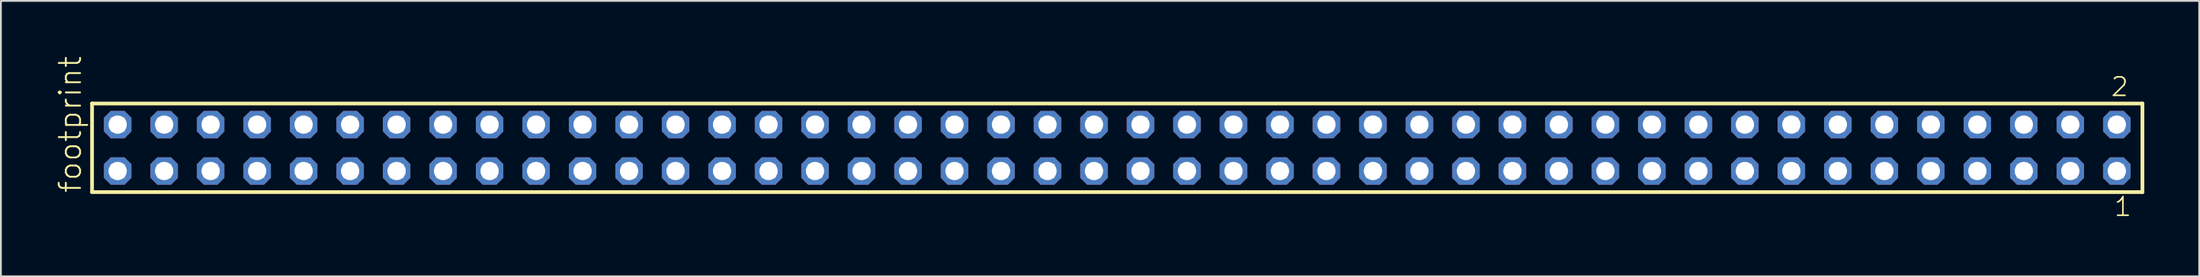
<source format=kicad_pcb>
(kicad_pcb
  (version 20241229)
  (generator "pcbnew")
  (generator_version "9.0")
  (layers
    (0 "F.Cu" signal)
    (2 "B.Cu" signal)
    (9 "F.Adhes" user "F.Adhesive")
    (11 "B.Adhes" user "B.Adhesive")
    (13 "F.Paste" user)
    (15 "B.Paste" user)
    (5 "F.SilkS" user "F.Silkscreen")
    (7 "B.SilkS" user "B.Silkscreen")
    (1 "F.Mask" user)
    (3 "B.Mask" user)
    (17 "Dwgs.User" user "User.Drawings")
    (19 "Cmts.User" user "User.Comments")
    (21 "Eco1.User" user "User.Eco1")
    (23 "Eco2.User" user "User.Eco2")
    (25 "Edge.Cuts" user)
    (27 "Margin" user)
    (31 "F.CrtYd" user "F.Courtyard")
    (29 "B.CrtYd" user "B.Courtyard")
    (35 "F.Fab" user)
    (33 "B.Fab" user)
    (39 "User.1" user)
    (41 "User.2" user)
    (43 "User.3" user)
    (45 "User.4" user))
  (footprint "footprint"
    (layer "F.Cu")
    (at 57.988 5.042)
    (property "Reference" "footprint" (at -56.515 2.54 90) (layer "F.SilkS") (effects (font (size 1.168 1.168) (thickness 0.102)) (justify left bottom)))
    (fp_line (start -56.009 -2.425) (end 56.009 -2.425) (stroke (width 0.203) (type solid)) (layer "F.SilkS"))
    (fp_line (start -56.009 2.425) (end -56.009 -2.425) (stroke (width 0.203) (type solid)) (layer "F.SilkS"))
    (fp_line (start 56.009 -2.425) (end 56.009 2.425) (stroke (width 0.203) (type solid)) (layer "F.SilkS"))
    (fp_line (start 56.009 2.425) (end -56.009 2.425) (stroke (width 0.203) (type solid)) (layer "F.SilkS"))
    (fp_poly (pts (xy -54.96 -0.92) (xy -54.26 -0.92) (xy -54.26 -1.62) (xy -54.96 -1.62)) (stroke (width 0.1) (type solid)) (fill no) (layer "F.Fab"))
    (fp_poly (pts (xy -54.96 1.62) (xy -54.26 1.62) (xy -54.26 0.92) (xy -54.96 0.92)) (stroke (width 0.1) (type solid)) (fill no) (layer "F.Fab"))
    (fp_poly (pts (xy -52.42 -0.92) (xy -51.72 -0.92) (xy -51.72 -1.62) (xy -52.42 -1.62)) (stroke (width 0.1) (type solid)) (fill no) (layer "F.Fab"))
    (fp_poly (pts (xy -52.42 1.62) (xy -51.72 1.62) (xy -51.72 0.92) (xy -52.42 0.92)) (stroke (width 0.1) (type solid)) (fill no) (layer "F.Fab"))
    (fp_poly (pts (xy -49.88 -0.92) (xy -49.18 -0.92) (xy -49.18 -1.62) (xy -49.88 -1.62)) (stroke (width 0.1) (type solid)) (fill no) (layer "F.Fab"))
    (fp_poly (pts (xy -49.88 1.62) (xy -49.18 1.62) (xy -49.18 0.92) (xy -49.88 0.92)) (stroke (width 0.1) (type solid)) (fill no) (layer "F.Fab"))
    (fp_poly (pts (xy -47.34 -0.92) (xy -46.64 -0.92) (xy -46.64 -1.62) (xy -47.34 -1.62)) (stroke (width 0.1) (type solid)) (fill no) (layer "F.Fab"))
    (fp_poly (pts (xy -47.34 1.62) (xy -46.64 1.62) (xy -46.64 0.92) (xy -47.34 0.92)) (stroke (width 0.1) (type solid)) (fill no) (layer "F.Fab"))
    (fp_poly (pts (xy -44.8 -0.92) (xy -44.1 -0.92) (xy -44.1 -1.62) (xy -44.8 -1.62)) (stroke (width 0.1) (type solid)) (fill no) (layer "F.Fab"))
    (fp_poly (pts (xy -44.8 1.62) (xy -44.1 1.62) (xy -44.1 0.92) (xy -44.8 0.92)) (stroke (width 0.1) (type solid)) (fill no) (layer "F.Fab"))
    (fp_poly (pts (xy -42.26 -0.92) (xy -41.56 -0.92) (xy -41.56 -1.62) (xy -42.26 -1.62)) (stroke (width 0.1) (type solid)) (fill no) (layer "F.Fab"))
    (fp_poly (pts (xy -42.26 1.62) (xy -41.56 1.62) (xy -41.56 0.92) (xy -42.26 0.92)) (stroke (width 0.1) (type solid)) (fill no) (layer "F.Fab"))
    (fp_poly (pts (xy -39.72 -0.92) (xy -39.02 -0.92) (xy -39.02 -1.62) (xy -39.72 -1.62)) (stroke (width 0.1) (type solid)) (fill no) (layer "F.Fab"))
    (fp_poly (pts (xy -39.72 1.62) (xy -39.02 1.62) (xy -39.02 0.92) (xy -39.72 0.92)) (stroke (width 0.1) (type solid)) (fill no) (layer "F.Fab"))
    (fp_poly (pts (xy -37.18 -0.92) (xy -36.48 -0.92) (xy -36.48 -1.62) (xy -37.18 -1.62)) (stroke (width 0.1) (type solid)) (fill no) (layer "F.Fab"))
    (fp_poly (pts (xy -37.18 1.62) (xy -36.48 1.62) (xy -36.48 0.92) (xy -37.18 0.92)) (stroke (width 0.1) (type solid)) (fill no) (layer "F.Fab"))
    (fp_poly (pts (xy -34.64 -0.92) (xy -33.94 -0.92) (xy -33.94 -1.62) (xy -34.64 -1.62)) (stroke (width 0.1) (type solid)) (fill no) (layer "F.Fab"))
    (fp_poly (pts (xy -34.64 1.62) (xy -33.94 1.62) (xy -33.94 0.92) (xy -34.64 0.92)) (stroke (width 0.1) (type solid)) (fill no) (layer "F.Fab"))
    (fp_poly (pts (xy -32.1 -0.92) (xy -31.4 -0.92) (xy -31.4 -1.62) (xy -32.1 -1.62)) (stroke (width 0.1) (type solid)) (fill no) (layer "F.Fab"))
    (fp_poly (pts (xy -32.1 1.62) (xy -31.4 1.62) (xy -31.4 0.92) (xy -32.1 0.92)) (stroke (width 0.1) (type solid)) (fill no) (layer "F.Fab"))
    (fp_poly (pts (xy -29.56 -0.92) (xy -28.86 -0.92) (xy -28.86 -1.62) (xy -29.56 -1.62)) (stroke (width 0.1) (type solid)) (fill no) (layer "F.Fab"))
    (fp_poly (pts (xy -29.56 1.62) (xy -28.86 1.62) (xy -28.86 0.92) (xy -29.56 0.92)) (stroke (width 0.1) (type solid)) (fill no) (layer "F.Fab"))
    (fp_poly (pts (xy -27.02 -0.92) (xy -26.32 -0.92) (xy -26.32 -1.62) (xy -27.02 -1.62)) (stroke (width 0.1) (type solid)) (fill no) (layer "F.Fab"))
    (fp_poly (pts (xy -27.02 1.62) (xy -26.32 1.62) (xy -26.32 0.92) (xy -27.02 0.92)) (stroke (width 0.1) (type solid)) (fill no) (layer "F.Fab"))
    (fp_poly (pts (xy -24.48 -0.92) (xy -23.78 -0.92) (xy -23.78 -1.62) (xy -24.48 -1.62)) (stroke (width 0.1) (type solid)) (fill no) (layer "F.Fab"))
    (fp_poly (pts (xy -24.48 1.62) (xy -23.78 1.62) (xy -23.78 0.92) (xy -24.48 0.92)) (stroke (width 0.1) (type solid)) (fill no) (layer "F.Fab"))
    (fp_poly (pts (xy -21.94 -0.92) (xy -21.24 -0.92) (xy -21.24 -1.62) (xy -21.94 -1.62)) (stroke (width 0.1) (type solid)) (fill no) (layer "F.Fab"))
    (fp_poly (pts (xy -21.94 1.62) (xy -21.24 1.62) (xy -21.24 0.92) (xy -21.94 0.92)) (stroke (width 0.1) (type solid)) (fill no) (layer "F.Fab"))
    (fp_poly (pts (xy -19.4 -0.92) (xy -18.7 -0.92) (xy -18.7 -1.62) (xy -19.4 -1.62)) (stroke (width 0.1) (type solid)) (fill no) (layer "F.Fab"))
    (fp_poly (pts (xy -19.4 1.62) (xy -18.7 1.62) (xy -18.7 0.92) (xy -19.4 0.92)) (stroke (width 0.1) (type solid)) (fill no) (layer "F.Fab"))
    (fp_poly (pts (xy -16.86 -0.92) (xy -16.16 -0.92) (xy -16.16 -1.62) (xy -16.86 -1.62)) (stroke (width 0.1) (type solid)) (fill no) (layer "F.Fab"))
    (fp_poly (pts (xy -16.86 1.62) (xy -16.16 1.62) (xy -16.16 0.92) (xy -16.86 0.92)) (stroke (width 0.1) (type solid)) (fill no) (layer "F.Fab"))
    (fp_poly (pts (xy -14.32 -0.92) (xy -13.62 -0.92) (xy -13.62 -1.62) (xy -14.32 -1.62)) (stroke (width 0.1) (type solid)) (fill no) (layer "F.Fab"))
    (fp_poly (pts (xy -14.32 1.62) (xy -13.62 1.62) (xy -13.62 0.92) (xy -14.32 0.92)) (stroke (width 0.1) (type solid)) (fill no) (layer "F.Fab"))
    (fp_poly (pts (xy -11.78 -0.92) (xy -11.08 -0.92) (xy -11.08 -1.62) (xy -11.78 -1.62)) (stroke (width 0.1) (type solid)) (fill no) (layer "F.Fab"))
    (fp_poly (pts (xy -11.78 1.62) (xy -11.08 1.62) (xy -11.08 0.92) (xy -11.78 0.92)) (stroke (width 0.1) (type solid)) (fill no) (layer "F.Fab"))
    (fp_poly (pts (xy -9.24 -0.92) (xy -8.54 -0.92) (xy -8.54 -1.62) (xy -9.24 -1.62)) (stroke (width 0.1) (type solid)) (fill no) (layer "F.Fab"))
    (fp_poly (pts (xy -9.24 1.62) (xy -8.54 1.62) (xy -8.54 0.92) (xy -9.24 0.92)) (stroke (width 0.1) (type solid)) (fill no) (layer "F.Fab"))
    (fp_poly (pts (xy -6.7 -0.92) (xy -6 -0.92) (xy -6 -1.62) (xy -6.7 -1.62)) (stroke (width 0.1) (type solid)) (fill no) (layer "F.Fab"))
    (fp_poly (pts (xy -6.7 1.62) (xy -6 1.62) (xy -6 0.92) (xy -6.7 0.92)) (stroke (width 0.1) (type solid)) (fill no) (layer "F.Fab"))
    (fp_poly (pts (xy -4.16 -0.92) (xy -3.46 -0.92) (xy -3.46 -1.62) (xy -4.16 -1.62)) (stroke (width 0.1) (type solid)) (fill no) (layer "F.Fab"))
    (fp_poly (pts (xy -4.16 1.62) (xy -3.46 1.62) (xy -3.46 0.92) (xy -4.16 0.92)) (stroke (width 0.1) (type solid)) (fill no) (layer "F.Fab"))
    (fp_poly (pts (xy -1.62 -0.92) (xy -0.92 -0.92) (xy -0.92 -1.62) (xy -1.62 -1.62)) (stroke (width 0.1) (type solid)) (fill no) (layer "F.Fab"))
    (fp_poly (pts (xy -1.62 1.62) (xy -0.92 1.62) (xy -0.92 0.92) (xy -1.62 0.92)) (stroke (width 0.1) (type solid)) (fill no) (layer "F.Fab"))
    (fp_poly (pts (xy 0.92 -0.92) (xy 1.62 -0.92) (xy 1.62 -1.62) (xy 0.92 -1.62)) (stroke (width 0.1) (type solid)) (fill no) (layer "F.Fab"))
    (fp_poly (pts (xy 0.92 1.62) (xy 1.62 1.62) (xy 1.62 0.92) (xy 0.92 0.92)) (stroke (width 0.1) (type solid)) (fill no) (layer "F.Fab"))
    (fp_poly (pts (xy 3.46 -0.92) (xy 4.16 -0.92) (xy 4.16 -1.62) (xy 3.46 -1.62)) (stroke (width 0.1) (type solid)) (fill no) (layer "F.Fab"))
    (fp_poly (pts (xy 3.46 1.62) (xy 4.16 1.62) (xy 4.16 0.92) (xy 3.46 0.92)) (stroke (width 0.1) (type solid)) (fill no) (layer "F.Fab"))
    (fp_poly (pts (xy 6 -0.92) (xy 6.7 -0.92) (xy 6.7 -1.62) (xy 6 -1.62)) (stroke (width 0.1) (type solid)) (fill no) (layer "F.Fab"))
    (fp_poly (pts (xy 6 1.62) (xy 6.7 1.62) (xy 6.7 0.92) (xy 6 0.92)) (stroke (width 0.1) (type solid)) (fill no) (layer "F.Fab"))
    (fp_poly (pts (xy 8.54 -0.92) (xy 9.24 -0.92) (xy 9.24 -1.62) (xy 8.54 -1.62)) (stroke (width 0.1) (type solid)) (fill no) (layer "F.Fab"))
    (fp_poly (pts (xy 8.54 1.62) (xy 9.24 1.62) (xy 9.24 0.92) (xy 8.54 0.92)) (stroke (width 0.1) (type solid)) (fill no) (layer "F.Fab"))
    (fp_poly (pts (xy 11.08 -0.92) (xy 11.78 -0.92) (xy 11.78 -1.62) (xy 11.08 -1.62)) (stroke (width 0.1) (type solid)) (fill no) (layer "F.Fab"))
    (fp_poly (pts (xy 11.08 1.62) (xy 11.78 1.62) (xy 11.78 0.92) (xy 11.08 0.92)) (stroke (width 0.1) (type solid)) (fill no) (layer "F.Fab"))
    (fp_poly (pts (xy 13.62 -0.92) (xy 14.32 -0.92) (xy 14.32 -1.62) (xy 13.62 -1.62)) (stroke (width 0.1) (type solid)) (fill no) (layer "F.Fab"))
    (fp_poly (pts (xy 13.62 1.62) (xy 14.32 1.62) (xy 14.32 0.92) (xy 13.62 0.92)) (stroke (width 0.1) (type solid)) (fill no) (layer "F.Fab"))
    (fp_poly (pts (xy 16.16 -0.92) (xy 16.86 -0.92) (xy 16.86 -1.62) (xy 16.16 -1.62)) (stroke (width 0.1) (type solid)) (fill no) (layer "F.Fab"))
    (fp_poly (pts (xy 16.16 1.62) (xy 16.86 1.62) (xy 16.86 0.92) (xy 16.16 0.92)) (stroke (width 0.1) (type solid)) (fill no) (layer "F.Fab"))
    (fp_poly (pts (xy 18.7 -0.92) (xy 19.4 -0.92) (xy 19.4 -1.62) (xy 18.7 -1.62)) (stroke (width 0.1) (type solid)) (fill no) (layer "F.Fab"))
    (fp_poly (pts (xy 18.7 1.62) (xy 19.4 1.62) (xy 19.4 0.92) (xy 18.7 0.92)) (stroke (width 0.1) (type solid)) (fill no) (layer "F.Fab"))
    (fp_poly (pts (xy 21.24 -0.92) (xy 21.94 -0.92) (xy 21.94 -1.62) (xy 21.24 -1.62)) (stroke (width 0.1) (type solid)) (fill no) (layer "F.Fab"))
    (fp_poly (pts (xy 21.24 1.62) (xy 21.94 1.62) (xy 21.94 0.92) (xy 21.24 0.92)) (stroke (width 0.1) (type solid)) (fill no) (layer "F.Fab"))
    (fp_poly (pts (xy 23.78 -0.92) (xy 24.48 -0.92) (xy 24.48 -1.62) (xy 23.78 -1.62)) (stroke (width 0.1) (type solid)) (fill no) (layer "F.Fab"))
    (fp_poly (pts (xy 23.78 1.62) (xy 24.48 1.62) (xy 24.48 0.92) (xy 23.78 0.92)) (stroke (width 0.1) (type solid)) (fill no) (layer "F.Fab"))
    (fp_poly (pts (xy 26.32 -0.92) (xy 27.02 -0.92) (xy 27.02 -1.62) (xy 26.32 -1.62)) (stroke (width 0.1) (type solid)) (fill no) (layer "F.Fab"))
    (fp_poly (pts (xy 26.32 1.62) (xy 27.02 1.62) (xy 27.02 0.92) (xy 26.32 0.92)) (stroke (width 0.1) (type solid)) (fill no) (layer "F.Fab"))
    (fp_poly (pts (xy 28.86 -0.92) (xy 29.56 -0.92) (xy 29.56 -1.62) (xy 28.86 -1.62)) (stroke (width 0.1) (type solid)) (fill no) (layer "F.Fab"))
    (fp_poly (pts (xy 28.86 1.62) (xy 29.56 1.62) (xy 29.56 0.92) (xy 28.86 0.92)) (stroke (width 0.1) (type solid)) (fill no) (layer "F.Fab"))
    (fp_poly (pts (xy 31.4 -0.92) (xy 32.1 -0.92) (xy 32.1 -1.62) (xy 31.4 -1.62)) (stroke (width 0.1) (type solid)) (fill no) (layer "F.Fab"))
    (fp_poly (pts (xy 31.4 1.62) (xy 32.1 1.62) (xy 32.1 0.92) (xy 31.4 0.92)) (stroke (width 0.1) (type solid)) (fill no) (layer "F.Fab"))
    (fp_poly (pts (xy 33.94 -0.92) (xy 34.64 -0.92) (xy 34.64 -1.62) (xy 33.94 -1.62)) (stroke (width 0.1) (type solid)) (fill no) (layer "F.Fab"))
    (fp_poly (pts (xy 33.94 1.62) (xy 34.64 1.62) (xy 34.64 0.92) (xy 33.94 0.92)) (stroke (width 0.1) (type solid)) (fill no) (layer "F.Fab"))
    (fp_poly (pts (xy 36.48 -0.92) (xy 37.18 -0.92) (xy 37.18 -1.62) (xy 36.48 -1.62)) (stroke (width 0.1) (type solid)) (fill no) (layer "F.Fab"))
    (fp_poly (pts (xy 36.48 1.62) (xy 37.18 1.62) (xy 37.18 0.92) (xy 36.48 0.92)) (stroke (width 0.1) (type solid)) (fill no) (layer "F.Fab"))
    (fp_poly (pts (xy 39.02 -0.92) (xy 39.72 -0.92) (xy 39.72 -1.62) (xy 39.02 -1.62)) (stroke (width 0.1) (type solid)) (fill no) (layer "F.Fab"))
    (fp_poly (pts (xy 39.02 1.62) (xy 39.72 1.62) (xy 39.72 0.92) (xy 39.02 0.92)) (stroke (width 0.1) (type solid)) (fill no) (layer "F.Fab"))
    (fp_poly (pts (xy 41.56 -0.92) (xy 42.26 -0.92) (xy 42.26 -1.62) (xy 41.56 -1.62)) (stroke (width 0.1) (type solid)) (fill no) (layer "F.Fab"))
    (fp_poly (pts (xy 41.56 1.62) (xy 42.26 1.62) (xy 42.26 0.92) (xy 41.56 0.92)) (stroke (width 0.1) (type solid)) (fill no) (layer "F.Fab"))
    (fp_poly (pts (xy 44.1 -0.92) (xy 44.8 -0.92) (xy 44.8 -1.62) (xy 44.1 -1.62)) (stroke (width 0.1) (type solid)) (fill no) (layer "F.Fab"))
    (fp_poly (pts (xy 44.1 1.62) (xy 44.8 1.62) (xy 44.8 0.92) (xy 44.1 0.92)) (stroke (width 0.1) (type solid)) (fill no) (layer "F.Fab"))
    (fp_poly (pts (xy 46.64 -0.92) (xy 47.34 -0.92) (xy 47.34 -1.62) (xy 46.64 -1.62)) (stroke (width 0.1) (type solid)) (fill no) (layer "F.Fab"))
    (fp_poly (pts (xy 46.64 1.62) (xy 47.34 1.62) (xy 47.34 0.92) (xy 46.64 0.92)) (stroke (width 0.1) (type solid)) (fill no) (layer "F.Fab"))
    (fp_poly (pts (xy 49.18 -0.92) (xy 49.88 -0.92) (xy 49.88 -1.62) (xy 49.18 -1.62)) (stroke (width 0.1) (type solid)) (fill no) (layer "F.Fab"))
    (fp_poly (pts (xy 49.18 1.62) (xy 49.88 1.62) (xy 49.88 0.92) (xy 49.18 0.92)) (stroke (width 0.1) (type solid)) (fill no) (layer "F.Fab"))
    (fp_poly (pts (xy 51.72 -0.92) (xy 52.42 -0.92) (xy 52.42 -1.62) (xy 51.72 -1.62)) (stroke (width 0.1) (type solid)) (fill no) (layer "F.Fab"))
    (fp_poly (pts (xy 51.72 1.62) (xy 52.42 1.62) (xy 52.42 0.92) (xy 51.72 0.92)) (stroke (width 0.1) (type solid)) (fill no) (layer "F.Fab"))
    (fp_poly (pts (xy 54.26 -0.92) (xy 54.96 -0.92) (xy 54.96 -1.62) (xy 54.26 -1.62)) (stroke (width 0.1) (type solid)) (fill no) (layer "F.Fab"))
    (fp_poly (pts (xy 54.26 1.62) (xy 54.96 1.62) (xy 54.96 0.92) (xy 54.26 0.92)) (stroke (width 0.1) (type solid)) (fill no) (layer "F.Fab"))
    (fp_text user "1" (at 54.402 3.818 0) (layer "F.SilkS") (effects (font (size 1.012 1.012) (thickness 0.088)) (justify left bottom)))
    (fp_text user "2" (at 54.227 -2.744 0) (layer "F.SilkS") (effects (font (size 1.012 1.012) (thickness 0.088)) (justify left bottom)))
    (pad "1" thru_hole roundrect (at 54.61 1.27 180) (size 1.5 1.5) (drill 1) (layers "*.Cu" "*.Mask") (roundrect_rratio 0.25) (chamfer_ratio 0.25) (chamfer top_left top_right bottom_left bottom_right))
    (pad "2" thru_hole roundrect (at 54.61 -1.27 180) (size 1.5 1.5) (drill 1) (layers "*.Cu" "*.Mask") (roundrect_rratio 0.25) (chamfer_ratio 0.25) (chamfer top_left top_right bottom_left bottom_right))
    (pad "3" thru_hole roundrect (at 52.07 1.27 180) (size 1.5 1.5) (drill 1) (layers "*.Cu" "*.Mask") (roundrect_rratio 0.25) (chamfer_ratio 0.25) (chamfer top_left top_right bottom_left bottom_right))
    (pad "4" thru_hole roundrect (at 52.07 -1.27 180) (size 1.5 1.5) (drill 1) (layers "*.Cu" "*.Mask") (roundrect_rratio 0.25) (chamfer_ratio 0.25) (chamfer top_left top_right bottom_left bottom_right))
    (pad "5" thru_hole roundrect (at 49.53 1.27 180) (size 1.5 1.5) (drill 1) (layers "*.Cu" "*.Mask") (roundrect_rratio 0.25) (chamfer_ratio 0.25) (chamfer top_left top_right bottom_left bottom_right))
    (pad "6" thru_hole roundrect (at 49.53 -1.27 180) (size 1.5 1.5) (drill 1) (layers "*.Cu" "*.Mask") (roundrect_rratio 0.25) (chamfer_ratio 0.25) (chamfer top_left top_right bottom_left bottom_right))
    (pad "7" thru_hole roundrect (at 46.99 1.27 180) (size 1.5 1.5) (drill 1) (layers "*.Cu" "*.Mask") (roundrect_rratio 0.25) (chamfer_ratio 0.25) (chamfer top_left top_right bottom_left bottom_right))
    (pad "8" thru_hole roundrect (at 46.99 -1.27 180) (size 1.5 1.5) (drill 1) (layers "*.Cu" "*.Mask") (roundrect_rratio 0.25) (chamfer_ratio 0.25) (chamfer top_left top_right bottom_left bottom_right))
    (pad "9" thru_hole roundrect (at 44.45 1.27 180) (size 1.5 1.5) (drill 1) (layers "*.Cu" "*.Mask") (roundrect_rratio 0.25) (chamfer_ratio 0.25) (chamfer top_left top_right bottom_left bottom_right))
    (pad "10" thru_hole roundrect (at 44.45 -1.27 180) (size 1.5 1.5) (drill 1) (layers "*.Cu" "*.Mask") (roundrect_rratio 0.25) (chamfer_ratio 0.25) (chamfer top_left top_right bottom_left bottom_right))
    (pad "11" thru_hole roundrect (at 41.91 1.27 180) (size 1.5 1.5) (drill 1) (layers "*.Cu" "*.Mask") (roundrect_rratio 0.25) (chamfer_ratio 0.25) (chamfer top_left top_right bottom_left bottom_right))
    (pad "12" thru_hole roundrect (at 41.91 -1.27 180) (size 1.5 1.5) (drill 1) (layers "*.Cu" "*.Mask") (roundrect_rratio 0.25) (chamfer_ratio 0.25) (chamfer top_left top_right bottom_left bottom_right))
    (pad "13" thru_hole roundrect (at 39.37 1.27 180) (size 1.5 1.5) (drill 1) (layers "*.Cu" "*.Mask") (roundrect_rratio 0.25) (chamfer_ratio 0.25) (chamfer top_left top_right bottom_left bottom_right))
    (pad "14" thru_hole roundrect (at 39.37 -1.27 180) (size 1.5 1.5) (drill 1) (layers "*.Cu" "*.Mask") (roundrect_rratio 0.25) (chamfer_ratio 0.25) (chamfer top_left top_right bottom_left bottom_right))
    (pad "15" thru_hole roundrect (at 36.83 1.27 180) (size 1.5 1.5) (drill 1) (layers "*.Cu" "*.Mask") (roundrect_rratio 0.25) (chamfer_ratio 0.25) (chamfer top_left top_right bottom_left bottom_right))
    (pad "16" thru_hole roundrect (at 36.83 -1.27 180) (size 1.5 1.5) (drill 1) (layers "*.Cu" "*.Mask") (roundrect_rratio 0.25) (chamfer_ratio 0.25) (chamfer top_left top_right bottom_left bottom_right))
    (pad "17" thru_hole roundrect (at 34.29 1.27 180) (size 1.5 1.5) (drill 1) (layers "*.Cu" "*.Mask") (roundrect_rratio 0.25) (chamfer_ratio 0.25) (chamfer top_left top_right bottom_left bottom_right))
    (pad "18" thru_hole roundrect (at 34.29 -1.27 180) (size 1.5 1.5) (drill 1) (layers "*.Cu" "*.Mask") (roundrect_rratio 0.25) (chamfer_ratio 0.25) (chamfer top_left top_right bottom_left bottom_right))
    (pad "19" thru_hole roundrect (at 31.75 1.27 180) (size 1.5 1.5) (drill 1) (layers "*.Cu" "*.Mask") (roundrect_rratio 0.25) (chamfer_ratio 0.25) (chamfer top_left top_right bottom_left bottom_right))
    (pad "20" thru_hole roundrect (at 31.75 -1.27 180) (size 1.5 1.5) (drill 1) (layers "*.Cu" "*.Mask") (roundrect_rratio 0.25) (chamfer_ratio 0.25) (chamfer top_left top_right bottom_left bottom_right))
    (pad "21" thru_hole roundrect (at 29.21 1.27 180) (size 1.5 1.5) (drill 1) (layers "*.Cu" "*.Mask") (roundrect_rratio 0.25) (chamfer_ratio 0.25) (chamfer top_left top_right bottom_left bottom_right))
    (pad "22" thru_hole roundrect (at 29.21 -1.27 180) (size 1.5 1.5) (drill 1) (layers "*.Cu" "*.Mask") (roundrect_rratio 0.25) (chamfer_ratio 0.25) (chamfer top_left top_right bottom_left bottom_right))
    (pad "23" thru_hole roundrect (at 26.67 1.27 180) (size 1.5 1.5) (drill 1) (layers "*.Cu" "*.Mask") (roundrect_rratio 0.25) (chamfer_ratio 0.25) (chamfer top_left top_right bottom_left bottom_right))
    (pad "24" thru_hole roundrect (at 26.67 -1.27 180) (size 1.5 1.5) (drill 1) (layers "*.Cu" "*.Mask") (roundrect_rratio 0.25) (chamfer_ratio 0.25) (chamfer top_left top_right bottom_left bottom_right))
    (pad "25" thru_hole roundrect (at 24.13 1.27 180) (size 1.5 1.5) (drill 1) (layers "*.Cu" "*.Mask") (roundrect_rratio 0.25) (chamfer_ratio 0.25) (chamfer top_left top_right bottom_left bottom_right))
    (pad "26" thru_hole roundrect (at 24.13 -1.27 180) (size 1.5 1.5) (drill 1) (layers "*.Cu" "*.Mask") (roundrect_rratio 0.25) (chamfer_ratio 0.25) (chamfer top_left top_right bottom_left bottom_right))
    (pad "27" thru_hole roundrect (at 21.59 1.27 180) (size 1.5 1.5) (drill 1) (layers "*.Cu" "*.Mask") (roundrect_rratio 0.25) (chamfer_ratio 0.25) (chamfer top_left top_right bottom_left bottom_right))
    (pad "28" thru_hole roundrect (at 21.59 -1.27 180) (size 1.5 1.5) (drill 1) (layers "*.Cu" "*.Mask") (roundrect_rratio 0.25) (chamfer_ratio 0.25) (chamfer top_left top_right bottom_left bottom_right))
    (pad "29" thru_hole roundrect (at 19.05 1.27 180) (size 1.5 1.5) (drill 1) (layers "*.Cu" "*.Mask") (roundrect_rratio 0.25) (chamfer_ratio 0.25) (chamfer top_left top_right bottom_left bottom_right))
    (pad "30" thru_hole roundrect (at 19.05 -1.27 180) (size 1.5 1.5) (drill 1) (layers "*.Cu" "*.Mask") (roundrect_rratio 0.25) (chamfer_ratio 0.25) (chamfer top_left top_right bottom_left bottom_right))
    (pad "31" thru_hole roundrect (at 16.51 1.27 180) (size 1.5 1.5) (drill 1) (layers "*.Cu" "*.Mask") (roundrect_rratio 0.25) (chamfer_ratio 0.25) (chamfer top_left top_right bottom_left bottom_right))
    (pad "32" thru_hole roundrect (at 16.51 -1.27 180) (size 1.5 1.5) (drill 1) (layers "*.Cu" "*.Mask") (roundrect_rratio 0.25) (chamfer_ratio 0.25) (chamfer top_left top_right bottom_left bottom_right))
    (pad "33" thru_hole roundrect (at 13.97 1.27 180) (size 1.5 1.5) (drill 1) (layers "*.Cu" "*.Mask") (roundrect_rratio 0.25) (chamfer_ratio 0.25) (chamfer top_left top_right bottom_left bottom_right))
    (pad "34" thru_hole roundrect (at 13.97 -1.27 180) (size 1.5 1.5) (drill 1) (layers "*.Cu" "*.Mask") (roundrect_rratio 0.25) (chamfer_ratio 0.25) (chamfer top_left top_right bottom_left bottom_right))
    (pad "35" thru_hole roundrect (at 11.43 1.27 180) (size 1.5 1.5) (drill 1) (layers "*.Cu" "*.Mask") (roundrect_rratio 0.25) (chamfer_ratio 0.25) (chamfer top_left top_right bottom_left bottom_right))
    (pad "36" thru_hole roundrect (at 11.43 -1.27 180) (size 1.5 1.5) (drill 1) (layers "*.Cu" "*.Mask") (roundrect_rratio 0.25) (chamfer_ratio 0.25) (chamfer top_left top_right bottom_left bottom_right))
    (pad "37" thru_hole roundrect (at 8.89 1.27 180) (size 1.5 1.5) (drill 1) (layers "*.Cu" "*.Mask") (roundrect_rratio 0.25) (chamfer_ratio 0.25) (chamfer top_left top_right bottom_left bottom_right))
    (pad "38" thru_hole roundrect (at 8.89 -1.27 180) (size 1.5 1.5) (drill 1) (layers "*.Cu" "*.Mask") (roundrect_rratio 0.25) (chamfer_ratio 0.25) (chamfer top_left top_right bottom_left bottom_right))
    (pad "39" thru_hole roundrect (at 6.35 1.27 180) (size 1.5 1.5) (drill 1) (layers "*.Cu" "*.Mask") (roundrect_rratio 0.25) (chamfer_ratio 0.25) (chamfer top_left top_right bottom_left bottom_right))
    (pad "40" thru_hole roundrect (at 6.35 -1.27 180) (size 1.5 1.5) (drill 1) (layers "*.Cu" "*.Mask") (roundrect_rratio 0.25) (chamfer_ratio 0.25) (chamfer top_left top_right bottom_left bottom_right))
    (pad "41" thru_hole roundrect (at 3.81 1.27 180) (size 1.5 1.5) (drill 1) (layers "*.Cu" "*.Mask") (roundrect_rratio 0.25) (chamfer_ratio 0.25) (chamfer top_left top_right bottom_left bottom_right))
    (pad "42" thru_hole roundrect (at 3.81 -1.27 180) (size 1.5 1.5) (drill 1) (layers "*.Cu" "*.Mask") (roundrect_rratio 0.25) (chamfer_ratio 0.25) (chamfer top_left top_right bottom_left bottom_right))
    (pad "43" thru_hole roundrect (at 1.27 1.27 180) (size 1.5 1.5) (drill 1) (layers "*.Cu" "*.Mask") (roundrect_rratio 0.25) (chamfer_ratio 0.25) (chamfer top_left top_right bottom_left bottom_right))
    (pad "44" thru_hole roundrect (at 1.27 -1.27 180) (size 1.5 1.5) (drill 1) (layers "*.Cu" "*.Mask") (roundrect_rratio 0.25) (chamfer_ratio 0.25) (chamfer top_left top_right bottom_left bottom_right))
    (pad "45" thru_hole roundrect (at -1.27 1.27 180) (size 1.5 1.5) (drill 1) (layers "*.Cu" "*.Mask") (roundrect_rratio 0.25) (chamfer_ratio 0.25) (chamfer top_left top_right bottom_left bottom_right))
    (pad "46" thru_hole roundrect (at -1.27 -1.27 180) (size 1.5 1.5) (drill 1) (layers "*.Cu" "*.Mask") (roundrect_rratio 0.25) (chamfer_ratio 0.25) (chamfer top_left top_right bottom_left bottom_right))
    (pad "47" thru_hole roundrect (at -3.81 1.27 180) (size 1.5 1.5) (drill 1) (layers "*.Cu" "*.Mask") (roundrect_rratio 0.25) (chamfer_ratio 0.25) (chamfer top_left top_right bottom_left bottom_right))
    (pad "48" thru_hole roundrect (at -3.81 -1.27 180) (size 1.5 1.5) (drill 1) (layers "*.Cu" "*.Mask") (roundrect_rratio 0.25) (chamfer_ratio 0.25) (chamfer top_left top_right bottom_left bottom_right))
    (pad "49" thru_hole roundrect (at -6.35 1.27 180) (size 1.5 1.5) (drill 1) (layers "*.Cu" "*.Mask") (roundrect_rratio 0.25) (chamfer_ratio 0.25) (chamfer top_left top_right bottom_left bottom_right))
    (pad "50" thru_hole roundrect (at -6.35 -1.27 180) (size 1.5 1.5) (drill 1) (layers "*.Cu" "*.Mask") (roundrect_rratio 0.25) (chamfer_ratio 0.25) (chamfer top_left top_right bottom_left bottom_right))
    (pad "51" thru_hole roundrect (at -8.89 1.27 180) (size 1.5 1.5) (drill 1) (layers "*.Cu" "*.Mask") (roundrect_rratio 0.25) (chamfer_ratio 0.25) (chamfer top_left top_right bottom_left bottom_right))
    (pad "52" thru_hole roundrect (at -8.89 -1.27 180) (size 1.5 1.5) (drill 1) (layers "*.Cu" "*.Mask") (roundrect_rratio 0.25) (chamfer_ratio 0.25) (chamfer top_left top_right bottom_left bottom_right))
    (pad "53" thru_hole roundrect (at -11.43 1.27 180) (size 1.5 1.5) (drill 1) (layers "*.Cu" "*.Mask") (roundrect_rratio 0.25) (chamfer_ratio 0.25) (chamfer top_left top_right bottom_left bottom_right))
    (pad "54" thru_hole roundrect (at -11.43 -1.27 180) (size 1.5 1.5) (drill 1) (layers "*.Cu" "*.Mask") (roundrect_rratio 0.25) (chamfer_ratio 0.25) (chamfer top_left top_right bottom_left bottom_right))
    (pad "55" thru_hole roundrect (at -13.97 1.27 180) (size 1.5 1.5) (drill 1) (layers "*.Cu" "*.Mask") (roundrect_rratio 0.25) (chamfer_ratio 0.25) (chamfer top_left top_right bottom_left bottom_right))
    (pad "56" thru_hole roundrect (at -13.97 -1.27 180) (size 1.5 1.5) (drill 1) (layers "*.Cu" "*.Mask") (roundrect_rratio 0.25) (chamfer_ratio 0.25) (chamfer top_left top_right bottom_left bottom_right))
    (pad "57" thru_hole roundrect (at -16.51 1.27 180) (size 1.5 1.5) (drill 1) (layers "*.Cu" "*.Mask") (roundrect_rratio 0.25) (chamfer_ratio 0.25) (chamfer top_left top_right bottom_left bottom_right))
    (pad "58" thru_hole roundrect (at -16.51 -1.27 180) (size 1.5 1.5) (drill 1) (layers "*.Cu" "*.Mask") (roundrect_rratio 0.25) (chamfer_ratio 0.25) (chamfer top_left top_right bottom_left bottom_right))
    (pad "59" thru_hole roundrect (at -19.05 1.27 180) (size 1.5 1.5) (drill 1) (layers "*.Cu" "*.Mask") (roundrect_rratio 0.25) (chamfer_ratio 0.25) (chamfer top_left top_right bottom_left bottom_right))
    (pad "60" thru_hole roundrect (at -19.05 -1.27 180) (size 1.5 1.5) (drill 1) (layers "*.Cu" "*.Mask") (roundrect_rratio 0.25) (chamfer_ratio 0.25) (chamfer top_left top_right bottom_left bottom_right))
    (pad "61" thru_hole roundrect (at -21.59 1.27 180) (size 1.5 1.5) (drill 1) (layers "*.Cu" "*.Mask") (roundrect_rratio 0.25) (chamfer_ratio 0.25) (chamfer top_left top_right bottom_left bottom_right))
    (pad "62" thru_hole roundrect (at -21.59 -1.27 180) (size 1.5 1.5) (drill 1) (layers "*.Cu" "*.Mask") (roundrect_rratio 0.25) (chamfer_ratio 0.25) (chamfer top_left top_right bottom_left bottom_right))
    (pad "63" thru_hole roundrect (at -24.13 1.27 180) (size 1.5 1.5) (drill 1) (layers "*.Cu" "*.Mask") (roundrect_rratio 0.25) (chamfer_ratio 0.25) (chamfer top_left top_right bottom_left bottom_right))
    (pad "64" thru_hole roundrect (at -24.13 -1.27 180) (size 1.5 1.5) (drill 1) (layers "*.Cu" "*.Mask") (roundrect_rratio 0.25) (chamfer_ratio 0.25) (chamfer top_left top_right bottom_left bottom_right))
    (pad "65" thru_hole roundrect (at -26.67 1.27 180) (size 1.5 1.5) (drill 1) (layers "*.Cu" "*.Mask") (roundrect_rratio 0.25) (chamfer_ratio 0.25) (chamfer top_left top_right bottom_left bottom_right))
    (pad "66" thru_hole roundrect (at -26.67 -1.27 180) (size 1.5 1.5) (drill 1) (layers "*.Cu" "*.Mask") (roundrect_rratio 0.25) (chamfer_ratio 0.25) (chamfer top_left top_right bottom_left bottom_right))
    (pad "67" thru_hole roundrect (at -29.21 1.27 180) (size 1.5 1.5) (drill 1) (layers "*.Cu" "*.Mask") (roundrect_rratio 0.25) (chamfer_ratio 0.25) (chamfer top_left top_right bottom_left bottom_right))
    (pad "68" thru_hole roundrect (at -29.21 -1.27 180) (size 1.5 1.5) (drill 1) (layers "*.Cu" "*.Mask") (roundrect_rratio 0.25) (chamfer_ratio 0.25) (chamfer top_left top_right bottom_left bottom_right))
    (pad "69" thru_hole roundrect (at -31.75 1.27 180) (size 1.5 1.5) (drill 1) (layers "*.Cu" "*.Mask") (roundrect_rratio 0.25) (chamfer_ratio 0.25) (chamfer top_left top_right bottom_left bottom_right))
    (pad "70" thru_hole roundrect (at -31.75 -1.27 180) (size 1.5 1.5) (drill 1) (layers "*.Cu" "*.Mask") (roundrect_rratio 0.25) (chamfer_ratio 0.25) (chamfer top_left top_right bottom_left bottom_right))
    (pad "71" thru_hole roundrect (at -34.29 1.27 180) (size 1.5 1.5) (drill 1) (layers "*.Cu" "*.Mask") (roundrect_rratio 0.25) (chamfer_ratio 0.25) (chamfer top_left top_right bottom_left bottom_right))
    (pad "72" thru_hole roundrect (at -34.29 -1.27 180) (size 1.5 1.5) (drill 1) (layers "*.Cu" "*.Mask") (roundrect_rratio 0.25) (chamfer_ratio 0.25) (chamfer top_left top_right bottom_left bottom_right))
    (pad "73" thru_hole roundrect (at -36.83 1.27 180) (size 1.5 1.5) (drill 1) (layers "*.Cu" "*.Mask") (roundrect_rratio 0.25) (chamfer_ratio 0.25) (chamfer top_left top_right bottom_left bottom_right))
    (pad "74" thru_hole roundrect (at -36.83 -1.27 180) (size 1.5 1.5) (drill 1) (layers "*.Cu" "*.Mask") (roundrect_rratio 0.25) (chamfer_ratio 0.25) (chamfer top_left top_right bottom_left bottom_right))
    (pad "75" thru_hole roundrect (at -39.37 1.27 180) (size 1.5 1.5) (drill 1) (layers "*.Cu" "*.Mask") (roundrect_rratio 0.25) (chamfer_ratio 0.25) (chamfer top_left top_right bottom_left bottom_right))
    (pad "76" thru_hole roundrect (at -39.37 -1.27 180) (size 1.5 1.5) (drill 1) (layers "*.Cu" "*.Mask") (roundrect_rratio 0.25) (chamfer_ratio 0.25) (chamfer top_left top_right bottom_left bottom_right))
    (pad "77" thru_hole roundrect (at -41.91 1.27 180) (size 1.5 1.5) (drill 1) (layers "*.Cu" "*.Mask") (roundrect_rratio 0.25) (chamfer_ratio 0.25) (chamfer top_left top_right bottom_left bottom_right))
    (pad "78" thru_hole roundrect (at -41.91 -1.27 180) (size 1.5 1.5) (drill 1) (layers "*.Cu" "*.Mask") (roundrect_rratio 0.25) (chamfer_ratio 0.25) (chamfer top_left top_right bottom_left bottom_right))
    (pad "79" thru_hole roundrect (at -44.45 1.27 180) (size 1.5 1.5) (drill 1) (layers "*.Cu" "*.Mask") (roundrect_rratio 0.25) (chamfer_ratio 0.25) (chamfer top_left top_right bottom_left bottom_right))
    (pad "80" thru_hole roundrect (at -44.45 -1.27 180) (size 1.5 1.5) (drill 1) (layers "*.Cu" "*.Mask") (roundrect_rratio 0.25) (chamfer_ratio 0.25) (chamfer top_left top_right bottom_left bottom_right))
    (pad "81" thru_hole roundrect (at -46.99 1.27 180) (size 1.5 1.5) (drill 1) (layers "*.Cu" "*.Mask") (roundrect_rratio 0.25) (chamfer_ratio 0.25) (chamfer top_left top_right bottom_left bottom_right))
    (pad "82" thru_hole roundrect (at -46.99 -1.27 180) (size 1.5 1.5) (drill 1) (layers "*.Cu" "*.Mask") (roundrect_rratio 0.25) (chamfer_ratio 0.25) (chamfer top_left top_right bottom_left bottom_right))
    (pad "83" thru_hole roundrect (at -49.53 1.27 180) (size 1.5 1.5) (drill 1) (layers "*.Cu" "*.Mask") (roundrect_rratio 0.25) (chamfer_ratio 0.25) (chamfer top_left top_right bottom_left bottom_right))
    (pad "84" thru_hole roundrect (at -49.53 -1.27 180) (size 1.5 1.5) (drill 1) (layers "*.Cu" "*.Mask") (roundrect_rratio 0.25) (chamfer_ratio 0.25) (chamfer top_left top_right bottom_left bottom_right))
    (pad "85" thru_hole roundrect (at -52.07 1.27 180) (size 1.5 1.5) (drill 1) (layers "*.Cu" "*.Mask") (roundrect_rratio 0.25) (chamfer_ratio 0.25) (chamfer top_left top_right bottom_left bottom_right))
    (pad "86" thru_hole roundrect (at -52.07 -1.27 180) (size 1.5 1.5) (drill 1) (layers "*.Cu" "*.Mask") (roundrect_rratio 0.25) (chamfer_ratio 0.25) (chamfer top_left top_right bottom_left bottom_right))
    (pad "87" thru_hole roundrect (at -54.61 1.27 180) (size 1.5 1.5) (drill 1) (layers "*.Cu" "*.Mask") (roundrect_rratio 0.25) (chamfer_ratio 0.25) (chamfer top_left top_right bottom_left bottom_right))
    (pad "88" thru_hole roundrect (at -54.61 -1.27 180) (size 1.5 1.5) (drill 1) (layers "*.Cu" "*.Mask") (roundrect_rratio 0.25) (chamfer_ratio 0.25) (chamfer top_left top_right bottom_left bottom_right)))
  (gr_rect
    (start -3 -3)
    (end 117.099 12.077)
    (stroke (width 0.1) (type default))
    (fill no)
    (layer "Edge.Cuts")))
</source>
